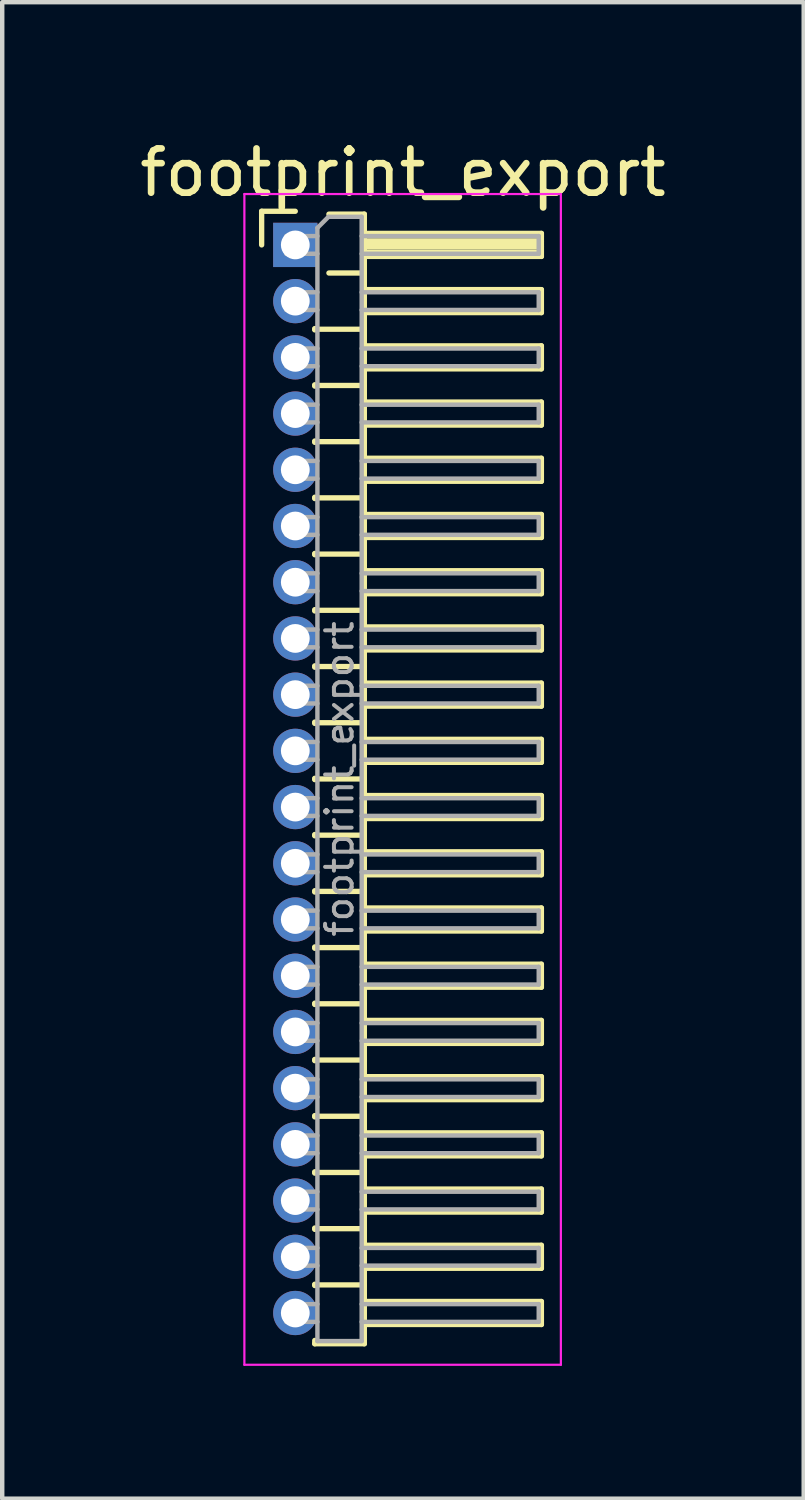
<source format=kicad_pcb>
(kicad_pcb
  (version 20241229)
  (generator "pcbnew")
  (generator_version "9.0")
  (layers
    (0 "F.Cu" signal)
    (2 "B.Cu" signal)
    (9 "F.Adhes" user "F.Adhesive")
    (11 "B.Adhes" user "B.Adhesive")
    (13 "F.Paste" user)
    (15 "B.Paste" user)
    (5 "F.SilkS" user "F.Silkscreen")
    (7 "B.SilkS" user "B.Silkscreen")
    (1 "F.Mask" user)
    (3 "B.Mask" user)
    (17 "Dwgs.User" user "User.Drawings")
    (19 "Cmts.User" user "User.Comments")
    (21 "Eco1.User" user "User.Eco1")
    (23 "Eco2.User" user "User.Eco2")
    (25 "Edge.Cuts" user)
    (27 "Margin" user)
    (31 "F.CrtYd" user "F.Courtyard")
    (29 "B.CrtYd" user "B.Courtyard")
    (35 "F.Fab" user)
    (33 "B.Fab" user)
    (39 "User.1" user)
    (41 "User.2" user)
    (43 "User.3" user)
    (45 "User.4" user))
  (footprint "footprint_export"
    (layer "F.Cu")
    (at 3.621 2.483)
    (property "Reference" "footprint_export" (at 2.433 -1.635 0) (layer "F.SilkS") (effects (font (size 1 1) (thickness 0.15))))
    (attr through_hole)
    (fp_line (start -0.76 -0.76) (end 0 -0.76) (stroke (width 0.12) (type solid)) (layer "F.SilkS"))
    (fp_line (start -0.76 0) (end -0.76 -0.76) (stroke (width 0.12) (type solid)) (layer "F.SilkS"))
    (fp_line (start 0.44 1.89) (end 0.44 1.92) (stroke (width 0.12) (type solid)) (layer "F.SilkS"))
    (fp_line (start 0.44 1.905) (end 1.56 1.905) (stroke (width 0.12) (type solid)) (layer "F.SilkS"))
    (fp_line (start 0.44 3.16) (end 0.44 3.19) (stroke (width 0.12) (type solid)) (layer "F.SilkS"))
    (fp_line (start 0.44 3.175) (end 1.56 3.175) (stroke (width 0.12) (type solid)) (layer "F.SilkS"))
    (fp_line (start 0.44 4.43) (end 0.44 4.46) (stroke (width 0.12) (type solid)) (layer "F.SilkS"))
    (fp_line (start 0.44 4.445) (end 1.56 4.445) (stroke (width 0.12) (type solid)) (layer "F.SilkS"))
    (fp_line (start 0.44 5.7) (end 0.44 5.73) (stroke (width 0.12) (type solid)) (layer "F.SilkS"))
    (fp_line (start 0.44 5.715) (end 1.56 5.715) (stroke (width 0.12) (type solid)) (layer "F.SilkS"))
    (fp_line (start 0.44 6.97) (end 0.44 7) (stroke (width 0.12) (type solid)) (layer "F.SilkS"))
    (fp_line (start 0.44 6.985) (end 1.56 6.985) (stroke (width 0.12) (type solid)) (layer "F.SilkS"))
    (fp_line (start 0.44 8.24) (end 0.44 8.27) (stroke (width 0.12) (type solid)) (layer "F.SilkS"))
    (fp_line (start 0.44 8.255) (end 1.56 8.255) (stroke (width 0.12) (type solid)) (layer "F.SilkS"))
    (fp_line (start 0.44 9.51) (end 0.44 9.54) (stroke (width 0.12) (type solid)) (layer "F.SilkS"))
    (fp_line (start 0.44 9.525) (end 1.56 9.525) (stroke (width 0.12) (type solid)) (layer "F.SilkS"))
    (fp_line (start 0.44 10.78) (end 0.44 10.81) (stroke (width 0.12) (type solid)) (layer "F.SilkS"))
    (fp_line (start 0.44 10.795) (end 1.56 10.795) (stroke (width 0.12) (type solid)) (layer "F.SilkS"))
    (fp_line (start 0.44 12.05) (end 0.44 12.08) (stroke (width 0.12) (type solid)) (layer "F.SilkS"))
    (fp_line (start 0.44 12.065) (end 1.56 12.065) (stroke (width 0.12) (type solid)) (layer "F.SilkS"))
    (fp_line (start 0.44 13.32) (end 0.44 13.35) (stroke (width 0.12) (type solid)) (layer "F.SilkS"))
    (fp_line (start 0.44 13.335) (end 1.56 13.335) (stroke (width 0.12) (type solid)) (layer "F.SilkS"))
    (fp_line (start 0.44 14.59) (end 0.44 14.62) (stroke (width 0.12) (type solid)) (layer "F.SilkS"))
    (fp_line (start 0.44 14.605) (end 1.56 14.605) (stroke (width 0.12) (type solid)) (layer "F.SilkS"))
    (fp_line (start 0.44 15.86) (end 0.44 15.89) (stroke (width 0.12) (type solid)) (layer "F.SilkS"))
    (fp_line (start 0.44 15.875) (end 1.56 15.875) (stroke (width 0.12) (type solid)) (layer "F.SilkS"))
    (fp_line (start 0.44 17.13) (end 0.44 17.16) (stroke (width 0.12) (type solid)) (layer "F.SilkS"))
    (fp_line (start 0.44 17.145) (end 1.56 17.145) (stroke (width 0.12) (type solid)) (layer "F.SilkS"))
    (fp_line (start 0.44 18.4) (end 0.44 18.43) (stroke (width 0.12) (type solid)) (layer "F.SilkS"))
    (fp_line (start 0.44 18.415) (end 1.56 18.415) (stroke (width 0.12) (type solid)) (layer "F.SilkS"))
    (fp_line (start 0.44 19.67) (end 0.44 19.7) (stroke (width 0.12) (type solid)) (layer "F.SilkS"))
    (fp_line (start 0.44 19.685) (end 1.56 19.685) (stroke (width 0.12) (type solid)) (layer "F.SilkS"))
    (fp_line (start 0.44 20.94) (end 0.44 20.97) (stroke (width 0.12) (type solid)) (layer "F.SilkS"))
    (fp_line (start 0.44 20.955) (end 1.56 20.955) (stroke (width 0.12) (type solid)) (layer "F.SilkS"))
    (fp_line (start 0.44 22.21) (end 0.44 22.24) (stroke (width 0.12) (type solid)) (layer "F.SilkS"))
    (fp_line (start 0.44 22.225) (end 1.56 22.225) (stroke (width 0.12) (type solid)) (layer "F.SilkS"))
    (fp_line (start 0.44 23.48) (end 0.44 23.51) (stroke (width 0.12) (type solid)) (layer "F.SilkS"))
    (fp_line (start 0.44 23.495) (end 1.56 23.495) (stroke (width 0.12) (type solid)) (layer "F.SilkS"))
    (fp_line (start 0.44 24.825) (end 0.44 24.75) (stroke (width 0.12) (type solid)) (layer "F.SilkS"))
    (fp_line (start 0.76 -0.695) (end 1.56 -0.695) (stroke (width 0.12) (type solid)) (layer "F.SilkS"))
    (fp_line (start 0.76 0.635) (end 1.56 0.635) (stroke (width 0.12) (type solid)) (layer "F.SilkS"))
    (fp_line (start 1.56 -0.695) (end 1.56 24.825) (stroke (width 0.12) (type solid)) (layer "F.SilkS"))
    (fp_line (start 1.56 -0.26) (end 5.56 -0.26) (stroke (width 0.12) (type solid)) (layer "F.SilkS"))
    (fp_line (start 1.56 -0.2) (end 5.56 -0.2) (stroke (width 0.12) (type solid)) (layer "F.SilkS"))
    (fp_line (start 1.56 -0.08) (end 5.56 -0.08) (stroke (width 0.12) (type solid)) (layer "F.SilkS"))
    (fp_line (start 1.56 0.04) (end 5.56 0.04) (stroke (width 0.12) (type solid)) (layer "F.SilkS"))
    (fp_line (start 1.56 0.16) (end 5.56 0.16) (stroke (width 0.12) (type solid)) (layer "F.SilkS"))
    (fp_line (start 1.56 1.01) (end 5.56 1.01) (stroke (width 0.12) (type solid)) (layer "F.SilkS"))
    (fp_line (start 1.56 2.28) (end 5.56 2.28) (stroke (width 0.12) (type solid)) (layer "F.SilkS"))
    (fp_line (start 1.56 3.55) (end 5.56 3.55) (stroke (width 0.12) (type solid)) (layer "F.SilkS"))
    (fp_line (start 1.56 4.82) (end 5.56 4.82) (stroke (width 0.12) (type solid)) (layer "F.SilkS"))
    (fp_line (start 1.56 6.09) (end 5.56 6.09) (stroke (width 0.12) (type solid)) (layer "F.SilkS"))
    (fp_line (start 1.56 7.36) (end 5.56 7.36) (stroke (width 0.12) (type solid)) (layer "F.SilkS"))
    (fp_line (start 1.56 8.63) (end 5.56 8.63) (stroke (width 0.12) (type solid)) (layer "F.SilkS"))
    (fp_line (start 1.56 9.9) (end 5.56 9.9) (stroke (width 0.12) (type solid)) (layer "F.SilkS"))
    (fp_line (start 1.56 11.17) (end 5.56 11.17) (stroke (width 0.12) (type solid)) (layer "F.SilkS"))
    (fp_line (start 1.56 12.44) (end 5.56 12.44) (stroke (width 0.12) (type solid)) (layer "F.SilkS"))
    (fp_line (start 1.56 13.71) (end 5.56 13.71) (stroke (width 0.12) (type solid)) (layer "F.SilkS"))
    (fp_line (start 1.56 14.98) (end 5.56 14.98) (stroke (width 0.12) (type solid)) (layer "F.SilkS"))
    (fp_line (start 1.56 16.25) (end 5.56 16.25) (stroke (width 0.12) (type solid)) (layer "F.SilkS"))
    (fp_line (start 1.56 17.52) (end 5.56 17.52) (stroke (width 0.12) (type solid)) (layer "F.SilkS"))
    (fp_line (start 1.56 18.79) (end 5.56 18.79) (stroke (width 0.12) (type solid)) (layer "F.SilkS"))
    (fp_line (start 1.56 20.06) (end 5.56 20.06) (stroke (width 0.12) (type solid)) (layer "F.SilkS"))
    (fp_line (start 1.56 21.33) (end 5.56 21.33) (stroke (width 0.12) (type solid)) (layer "F.SilkS"))
    (fp_line (start 1.56 22.6) (end 5.56 22.6) (stroke (width 0.12) (type solid)) (layer "F.SilkS"))
    (fp_line (start 1.56 23.87) (end 5.56 23.87) (stroke (width 0.12) (type solid)) (layer "F.SilkS"))
    (fp_line (start 1.56 24.825) (end 0.44 24.825) (stroke (width 0.12) (type solid)) (layer "F.SilkS"))
    (fp_line (start 5.56 -0.26) (end 5.56 0.26) (stroke (width 0.12) (type solid)) (layer "F.SilkS"))
    (fp_line (start 5.56 0.26) (end 1.56 0.26) (stroke (width 0.12) (type solid)) (layer "F.SilkS"))
    (fp_line (start 5.56 1.01) (end 5.56 1.53) (stroke (width 0.12) (type solid)) (layer "F.SilkS"))
    (fp_line (start 5.56 1.53) (end 1.56 1.53) (stroke (width 0.12) (type solid)) (layer "F.SilkS"))
    (fp_line (start 5.56 2.28) (end 5.56 2.8) (stroke (width 0.12) (type solid)) (layer "F.SilkS"))
    (fp_line (start 5.56 2.8) (end 1.56 2.8) (stroke (width 0.12) (type solid)) (layer "F.SilkS"))
    (fp_line (start 5.56 3.55) (end 5.56 4.07) (stroke (width 0.12) (type solid)) (layer "F.SilkS"))
    (fp_line (start 5.56 4.07) (end 1.56 4.07) (stroke (width 0.12) (type solid)) (layer "F.SilkS"))
    (fp_line (start 5.56 4.82) (end 5.56 5.34) (stroke (width 0.12) (type solid)) (layer "F.SilkS"))
    (fp_line (start 5.56 5.34) (end 1.56 5.34) (stroke (width 0.12) (type solid)) (layer "F.SilkS"))
    (fp_line (start 5.56 6.09) (end 5.56 6.61) (stroke (width 0.12) (type solid)) (layer "F.SilkS"))
    (fp_line (start 5.56 6.61) (end 1.56 6.61) (stroke (width 0.12) (type solid)) (layer "F.SilkS"))
    (fp_line (start 5.56 7.36) (end 5.56 7.88) (stroke (width 0.12) (type solid)) (layer "F.SilkS"))
    (fp_line (start 5.56 7.88) (end 1.56 7.88) (stroke (width 0.12) (type solid)) (layer "F.SilkS"))
    (fp_line (start 5.56 8.63) (end 5.56 9.15) (stroke (width 0.12) (type solid)) (layer "F.SilkS"))
    (fp_line (start 5.56 9.15) (end 1.56 9.15) (stroke (width 0.12) (type solid)) (layer "F.SilkS"))
    (fp_line (start 5.56 9.9) (end 5.56 10.42) (stroke (width 0.12) (type solid)) (layer "F.SilkS"))
    (fp_line (start 5.56 10.42) (end 1.56 10.42) (stroke (width 0.12) (type solid)) (layer "F.SilkS"))
    (fp_line (start 5.56 11.17) (end 5.56 11.69) (stroke (width 0.12) (type solid)) (layer "F.SilkS"))
    (fp_line (start 5.56 11.69) (end 1.56 11.69) (stroke (width 0.12) (type solid)) (layer "F.SilkS"))
    (fp_line (start 5.56 12.44) (end 5.56 12.96) (stroke (width 0.12) (type solid)) (layer "F.SilkS"))
    (fp_line (start 5.56 12.96) (end 1.56 12.96) (stroke (width 0.12) (type solid)) (layer "F.SilkS"))
    (fp_line (start 5.56 13.71) (end 5.56 14.23) (stroke (width 0.12) (type solid)) (layer "F.SilkS"))
    (fp_line (start 5.56 14.23) (end 1.56 14.23) (stroke (width 0.12) (type solid)) (layer "F.SilkS"))
    (fp_line (start 5.56 14.98) (end 5.56 15.5) (stroke (width 0.12) (type solid)) (layer "F.SilkS"))
    (fp_line (start 5.56 15.5) (end 1.56 15.5) (stroke (width 0.12) (type solid)) (layer "F.SilkS"))
    (fp_line (start 5.56 16.25) (end 5.56 16.77) (stroke (width 0.12) (type solid)) (layer "F.SilkS"))
    (fp_line (start 5.56 16.77) (end 1.56 16.77) (stroke (width 0.12) (type solid)) (layer "F.SilkS"))
    (fp_line (start 5.56 17.52) (end 5.56 18.04) (stroke (width 0.12) (type solid)) (layer "F.SilkS"))
    (fp_line (start 5.56 18.04) (end 1.56 18.04) (stroke (width 0.12) (type solid)) (layer "F.SilkS"))
    (fp_line (start 5.56 18.79) (end 5.56 19.31) (stroke (width 0.12) (type solid)) (layer "F.SilkS"))
    (fp_line (start 5.56 19.31) (end 1.56 19.31) (stroke (width 0.12) (type solid)) (layer "F.SilkS"))
    (fp_line (start 5.56 20.06) (end 5.56 20.58) (stroke (width 0.12) (type solid)) (layer "F.SilkS"))
    (fp_line (start 5.56 20.58) (end 1.56 20.58) (stroke (width 0.12) (type solid)) (layer "F.SilkS"))
    (fp_line (start 5.56 21.33) (end 5.56 21.85) (stroke (width 0.12) (type solid)) (layer "F.SilkS"))
    (fp_line (start 5.56 21.85) (end 1.56 21.85) (stroke (width 0.12) (type solid)) (layer "F.SilkS"))
    (fp_line (start 5.56 22.6) (end 5.56 23.12) (stroke (width 0.12) (type solid)) (layer "F.SilkS"))
    (fp_line (start 5.56 23.12) (end 1.56 23.12) (stroke (width 0.12) (type solid)) (layer "F.SilkS"))
    (fp_line (start 5.56 23.87) (end 5.56 24.39) (stroke (width 0.12) (type solid)) (layer "F.SilkS"))
    (fp_line (start 5.56 24.39) (end 1.56 24.39) (stroke (width 0.12) (type solid)) (layer "F.SilkS"))
    (fp_line (start -1.15 -1.15) (end -1.15 25.3) (stroke (width 0.05) (type solid)) (layer "F.CrtYd"))
    (fp_line (start -1.15 25.3) (end 6 25.3) (stroke (width 0.05) (type solid)) (layer "F.CrtYd"))
    (fp_line (start 6 -1.15) (end -1.15 -1.15) (stroke (width 0.05) (type solid)) (layer "F.CrtYd"))
    (fp_line (start 6 25.3) (end 6 -1.15) (stroke (width 0.05) (type solid)) (layer "F.CrtYd"))
    (fp_line (start -0.2 -0.2) (end -0.2 0.2) (stroke (width 0.1) (type solid)) (layer "F.Fab"))
    (fp_line (start -0.2 -0.2) (end 0.5 -0.2) (stroke (width 0.1) (type solid)) (layer "F.Fab"))
    (fp_line (start -0.2 0.2) (end 0.5 0.2) (stroke (width 0.1) (type solid)) (layer "F.Fab"))
    (fp_line (start -0.2 1.07) (end -0.2 1.47) (stroke (width 0.1) (type solid)) (layer "F.Fab"))
    (fp_line (start -0.2 1.07) (end 0.5 1.07) (stroke (width 0.1) (type solid)) (layer "F.Fab"))
    (fp_line (start -0.2 1.47) (end 0.5 1.47) (stroke (width 0.1) (type solid)) (layer "F.Fab"))
    (fp_line (start -0.2 2.34) (end -0.2 2.74) (stroke (width 0.1) (type solid)) (layer "F.Fab"))
    (fp_line (start -0.2 2.34) (end 0.5 2.34) (stroke (width 0.1) (type solid)) (layer "F.Fab"))
    (fp_line (start -0.2 2.74) (end 0.5 2.74) (stroke (width 0.1) (type solid)) (layer "F.Fab"))
    (fp_line (start -0.2 3.61) (end -0.2 4.01) (stroke (width 0.1) (type solid)) (layer "F.Fab"))
    (fp_line (start -0.2 3.61) (end 0.5 3.61) (stroke (width 0.1) (type solid)) (layer "F.Fab"))
    (fp_line (start -0.2 4.01) (end 0.5 4.01) (stroke (width 0.1) (type solid)) (layer "F.Fab"))
    (fp_line (start -0.2 4.88) (end -0.2 5.28) (stroke (width 0.1) (type solid)) (layer "F.Fab"))
    (fp_line (start -0.2 4.88) (end 0.5 4.88) (stroke (width 0.1) (type solid)) (layer "F.Fab"))
    (fp_line (start -0.2 5.28) (end 0.5 5.28) (stroke (width 0.1) (type solid)) (layer "F.Fab"))
    (fp_line (start -0.2 6.15) (end -0.2 6.55) (stroke (width 0.1) (type solid)) (layer "F.Fab"))
    (fp_line (start -0.2 6.15) (end 0.5 6.15) (stroke (width 0.1) (type solid)) (layer "F.Fab"))
    (fp_line (start -0.2 6.55) (end 0.5 6.55) (stroke (width 0.1) (type solid)) (layer "F.Fab"))
    (fp_line (start -0.2 7.42) (end -0.2 7.82) (stroke (width 0.1) (type solid)) (layer "F.Fab"))
    (fp_line (start -0.2 7.42) (end 0.5 7.42) (stroke (width 0.1) (type solid)) (layer "F.Fab"))
    (fp_line (start -0.2 7.82) (end 0.5 7.82) (stroke (width 0.1) (type solid)) (layer "F.Fab"))
    (fp_line (start -0.2 8.69) (end -0.2 9.09) (stroke (width 0.1) (type solid)) (layer "F.Fab"))
    (fp_line (start -0.2 8.69) (end 0.5 8.69) (stroke (width 0.1) (type solid)) (layer "F.Fab"))
    (fp_line (start -0.2 9.09) (end 0.5 9.09) (stroke (width 0.1) (type solid)) (layer "F.Fab"))
    (fp_line (start -0.2 9.96) (end -0.2 10.36) (stroke (width 0.1) (type solid)) (layer "F.Fab"))
    (fp_line (start -0.2 9.96) (end 0.5 9.96) (stroke (width 0.1) (type solid)) (layer "F.Fab"))
    (fp_line (start -0.2 10.36) (end 0.5 10.36) (stroke (width 0.1) (type solid)) (layer "F.Fab"))
    (fp_line (start -0.2 11.23) (end -0.2 11.63) (stroke (width 0.1) (type solid)) (layer "F.Fab"))
    (fp_line (start -0.2 11.23) (end 0.5 11.23) (stroke (width 0.1) (type solid)) (layer "F.Fab"))
    (fp_line (start -0.2 11.63) (end 0.5 11.63) (stroke (width 0.1) (type solid)) (layer "F.Fab"))
    (fp_line (start -0.2 12.5) (end -0.2 12.9) (stroke (width 0.1) (type solid)) (layer "F.Fab"))
    (fp_line (start -0.2 12.5) (end 0.5 12.5) (stroke (width 0.1) (type solid)) (layer "F.Fab"))
    (fp_line (start -0.2 12.9) (end 0.5 12.9) (stroke (width 0.1) (type solid)) (layer "F.Fab"))
    (fp_line (start -0.2 13.77) (end -0.2 14.17) (stroke (width 0.1) (type solid)) (layer "F.Fab"))
    (fp_line (start -0.2 13.77) (end 0.5 13.77) (stroke (width 0.1) (type solid)) (layer "F.Fab"))
    (fp_line (start -0.2 14.17) (end 0.5 14.17) (stroke (width 0.1) (type solid)) (layer "F.Fab"))
    (fp_line (start -0.2 15.04) (end -0.2 15.44) (stroke (width 0.1) (type solid)) (layer "F.Fab"))
    (fp_line (start -0.2 15.04) (end 0.5 15.04) (stroke (width 0.1) (type solid)) (layer "F.Fab"))
    (fp_line (start -0.2 15.44) (end 0.5 15.44) (stroke (width 0.1) (type solid)) (layer "F.Fab"))
    (fp_line (start -0.2 16.31) (end -0.2 16.71) (stroke (width 0.1) (type solid)) (layer "F.Fab"))
    (fp_line (start -0.2 16.31) (end 0.5 16.31) (stroke (width 0.1) (type solid)) (layer "F.Fab"))
    (fp_line (start -0.2 16.71) (end 0.5 16.71) (stroke (width 0.1) (type solid)) (layer "F.Fab"))
    (fp_line (start -0.2 17.58) (end -0.2 17.98) (stroke (width 0.1) (type solid)) (layer "F.Fab"))
    (fp_line (start -0.2 17.58) (end 0.5 17.58) (stroke (width 0.1) (type solid)) (layer "F.Fab"))
    (fp_line (start -0.2 17.98) (end 0.5 17.98) (stroke (width 0.1) (type solid)) (layer "F.Fab"))
    (fp_line (start -0.2 18.85) (end -0.2 19.25) (stroke (width 0.1) (type solid)) (layer "F.Fab"))
    (fp_line (start -0.2 18.85) (end 0.5 18.85) (stroke (width 0.1) (type solid)) (layer "F.Fab"))
    (fp_line (start -0.2 19.25) (end 0.5 19.25) (stroke (width 0.1) (type solid)) (layer "F.Fab"))
    (fp_line (start -0.2 20.12) (end -0.2 20.52) (stroke (width 0.1) (type solid)) (layer "F.Fab"))
    (fp_line (start -0.2 20.12) (end 0.5 20.12) (stroke (width 0.1) (type solid)) (layer "F.Fab"))
    (fp_line (start -0.2 20.52) (end 0.5 20.52) (stroke (width 0.1) (type solid)) (layer "F.Fab"))
    (fp_line (start -0.2 21.39) (end -0.2 21.79) (stroke (width 0.1) (type solid)) (layer "F.Fab"))
    (fp_line (start -0.2 21.39) (end 0.5 21.39) (stroke (width 0.1) (type solid)) (layer "F.Fab"))
    (fp_line (start -0.2 21.79) (end 0.5 21.79) (stroke (width 0.1) (type solid)) (layer "F.Fab"))
    (fp_line (start -0.2 22.66) (end -0.2 23.06) (stroke (width 0.1) (type solid)) (layer "F.Fab"))
    (fp_line (start -0.2 22.66) (end 0.5 22.66) (stroke (width 0.1) (type solid)) (layer "F.Fab"))
    (fp_line (start -0.2 23.06) (end 0.5 23.06) (stroke (width 0.1) (type solid)) (layer "F.Fab"))
    (fp_line (start -0.2 23.93) (end -0.2 24.33) (stroke (width 0.1) (type solid)) (layer "F.Fab"))
    (fp_line (start -0.2 23.93) (end 0.5 23.93) (stroke (width 0.1) (type solid)) (layer "F.Fab"))
    (fp_line (start -0.2 24.33) (end 0.5 24.33) (stroke (width 0.1) (type solid)) (layer "F.Fab"))
    (fp_line (start 0.5 -0.385) (end 0.75 -0.635) (stroke (width 0.1) (type solid)) (layer "F.Fab"))
    (fp_line (start 0.5 24.765) (end 0.5 -0.385) (stroke (width 0.1) (type solid)) (layer "F.Fab"))
    (fp_line (start 0.75 -0.635) (end 1.5 -0.635) (stroke (width 0.1) (type solid)) (layer "F.Fab"))
    (fp_line (start 1.5 -0.635) (end 1.5 24.765) (stroke (width 0.1) (type solid)) (layer "F.Fab"))
    (fp_line (start 1.5 -0.2) (end 5.5 -0.2) (stroke (width 0.1) (type solid)) (layer "F.Fab"))
    (fp_line (start 1.5 0.2) (end 5.5 0.2) (stroke (width 0.1) (type solid)) (layer "F.Fab"))
    (fp_line (start 1.5 1.07) (end 5.5 1.07) (stroke (width 0.1) (type solid)) (layer "F.Fab"))
    (fp_line (start 1.5 1.47) (end 5.5 1.47) (stroke (width 0.1) (type solid)) (layer "F.Fab"))
    (fp_line (start 1.5 2.34) (end 5.5 2.34) (stroke (width 0.1) (type solid)) (layer "F.Fab"))
    (fp_line (start 1.5 2.74) (end 5.5 2.74) (stroke (width 0.1) (type solid)) (layer "F.Fab"))
    (fp_line (start 1.5 3.61) (end 5.5 3.61) (stroke (width 0.1) (type solid)) (layer "F.Fab"))
    (fp_line (start 1.5 4.01) (end 5.5 4.01) (stroke (width 0.1) (type solid)) (layer "F.Fab"))
    (fp_line (start 1.5 4.88) (end 5.5 4.88) (stroke (width 0.1) (type solid)) (layer "F.Fab"))
    (fp_line (start 1.5 5.28) (end 5.5 5.28) (stroke (width 0.1) (type solid)) (layer "F.Fab"))
    (fp_line (start 1.5 6.15) (end 5.5 6.15) (stroke (width 0.1) (type solid)) (layer "F.Fab"))
    (fp_line (start 1.5 6.55) (end 5.5 6.55) (stroke (width 0.1) (type solid)) (layer "F.Fab"))
    (fp_line (start 1.5 7.42) (end 5.5 7.42) (stroke (width 0.1) (type solid)) (layer "F.Fab"))
    (fp_line (start 1.5 7.82) (end 5.5 7.82) (stroke (width 0.1) (type solid)) (layer "F.Fab"))
    (fp_line (start 1.5 8.69) (end 5.5 8.69) (stroke (width 0.1) (type solid)) (layer "F.Fab"))
    (fp_line (start 1.5 9.09) (end 5.5 9.09) (stroke (width 0.1) (type solid)) (layer "F.Fab"))
    (fp_line (start 1.5 9.96) (end 5.5 9.96) (stroke (width 0.1) (type solid)) (layer "F.Fab"))
    (fp_line (start 1.5 10.36) (end 5.5 10.36) (stroke (width 0.1) (type solid)) (layer "F.Fab"))
    (fp_line (start 1.5 11.23) (end 5.5 11.23) (stroke (width 0.1) (type solid)) (layer "F.Fab"))
    (fp_line (start 1.5 11.63) (end 5.5 11.63) (stroke (width 0.1) (type solid)) (layer "F.Fab"))
    (fp_line (start 1.5 12.5) (end 5.5 12.5) (stroke (width 0.1) (type solid)) (layer "F.Fab"))
    (fp_line (start 1.5 12.9) (end 5.5 12.9) (stroke (width 0.1) (type solid)) (layer "F.Fab"))
    (fp_line (start 1.5 13.77) (end 5.5 13.77) (stroke (width 0.1) (type solid)) (layer "F.Fab"))
    (fp_line (start 1.5 14.17) (end 5.5 14.17) (stroke (width 0.1) (type solid)) (layer "F.Fab"))
    (fp_line (start 1.5 15.04) (end 5.5 15.04) (stroke (width 0.1) (type solid)) (layer "F.Fab"))
    (fp_line (start 1.5 15.44) (end 5.5 15.44) (stroke (width 0.1) (type solid)) (layer "F.Fab"))
    (fp_line (start 1.5 16.31) (end 5.5 16.31) (stroke (width 0.1) (type solid)) (layer "F.Fab"))
    (fp_line (start 1.5 16.71) (end 5.5 16.71) (stroke (width 0.1) (type solid)) (layer "F.Fab"))
    (fp_line (start 1.5 17.58) (end 5.5 17.58) (stroke (width 0.1) (type solid)) (layer "F.Fab"))
    (fp_line (start 1.5 17.98) (end 5.5 17.98) (stroke (width 0.1) (type solid)) (layer "F.Fab"))
    (fp_line (start 1.5 18.85) (end 5.5 18.85) (stroke (width 0.1) (type solid)) (layer "F.Fab"))
    (fp_line (start 1.5 19.25) (end 5.5 19.25) (stroke (width 0.1) (type solid)) (layer "F.Fab"))
    (fp_line (start 1.5 20.12) (end 5.5 20.12) (stroke (width 0.1) (type solid)) (layer "F.Fab"))
    (fp_line (start 1.5 20.52) (end 5.5 20.52) (stroke (width 0.1) (type solid)) (layer "F.Fab"))
    (fp_line (start 1.5 21.39) (end 5.5 21.39) (stroke (width 0.1) (type solid)) (layer "F.Fab"))
    (fp_line (start 1.5 21.79) (end 5.5 21.79) (stroke (width 0.1) (type solid)) (layer "F.Fab"))
    (fp_line (start 1.5 22.66) (end 5.5 22.66) (stroke (width 0.1) (type solid)) (layer "F.Fab"))
    (fp_line (start 1.5 23.06) (end 5.5 23.06) (stroke (width 0.1) (type solid)) (layer "F.Fab"))
    (fp_line (start 1.5 23.93) (end 5.5 23.93) (stroke (width 0.1) (type solid)) (layer "F.Fab"))
    (fp_line (start 1.5 24.33) (end 5.5 24.33) (stroke (width 0.1) (type solid)) (layer "F.Fab"))
    (fp_line (start 1.5 24.765) (end 0.5 24.765) (stroke (width 0.1) (type solid)) (layer "F.Fab"))
    (fp_line (start 5.5 -0.2) (end 5.5 0.2) (stroke (width 0.1) (type solid)) (layer "F.Fab"))
    (fp_line (start 5.5 1.07) (end 5.5 1.47) (stroke (width 0.1) (type solid)) (layer "F.Fab"))
    (fp_line (start 5.5 2.34) (end 5.5 2.74) (stroke (width 0.1) (type solid)) (layer "F.Fab"))
    (fp_line (start 5.5 3.61) (end 5.5 4.01) (stroke (width 0.1) (type solid)) (layer "F.Fab"))
    (fp_line (start 5.5 4.88) (end 5.5 5.28) (stroke (width 0.1) (type solid)) (layer "F.Fab"))
    (fp_line (start 5.5 6.15) (end 5.5 6.55) (stroke (width 0.1) (type solid)) (layer "F.Fab"))
    (fp_line (start 5.5 7.42) (end 5.5 7.82) (stroke (width 0.1) (type solid)) (layer "F.Fab"))
    (fp_line (start 5.5 8.69) (end 5.5 9.09) (stroke (width 0.1) (type solid)) (layer "F.Fab"))
    (fp_line (start 5.5 9.96) (end 5.5 10.36) (stroke (width 0.1) (type solid)) (layer "F.Fab"))
    (fp_line (start 5.5 11.23) (end 5.5 11.63) (stroke (width 0.1) (type solid)) (layer "F.Fab"))
    (fp_line (start 5.5 12.5) (end 5.5 12.9) (stroke (width 0.1) (type solid)) (layer "F.Fab"))
    (fp_line (start 5.5 13.77) (end 5.5 14.17) (stroke (width 0.1) (type solid)) (layer "F.Fab"))
    (fp_line (start 5.5 15.04) (end 5.5 15.44) (stroke (width 0.1) (type solid)) (layer "F.Fab"))
    (fp_line (start 5.5 16.31) (end 5.5 16.71) (stroke (width 0.1) (type solid)) (layer "F.Fab"))
    (fp_line (start 5.5 17.58) (end 5.5 17.98) (stroke (width 0.1) (type solid)) (layer "F.Fab"))
    (fp_line (start 5.5 18.85) (end 5.5 19.25) (stroke (width 0.1) (type solid)) (layer "F.Fab"))
    (fp_line (start 5.5 20.12) (end 5.5 20.52) (stroke (width 0.1) (type solid)) (layer "F.Fab"))
    (fp_line (start 5.5 21.39) (end 5.5 21.79) (stroke (width 0.1) (type solid)) (layer "F.Fab"))
    (fp_line (start 5.5 22.66) (end 5.5 23.06) (stroke (width 0.1) (type solid)) (layer "F.Fab"))
    (fp_line (start 5.5 23.93) (end 5.5 24.33) (stroke (width 0.1) (type solid)) (layer "F.Fab"))
    (fp_text user "${REFERENCE}" (at 1 12.065 90) (layer "F.Fab") (effects (font (size 0.6 0.6) (thickness 0.09))))
    (pad "1" thru_hole rect (at 0 0) (size 1 1) (drill 0.65) (layers "*.Cu" "*.Mask"))
    (pad "2" thru_hole oval (at 0 1.27) (size 1 1) (drill 0.65) (layers "*.Cu" "*.Mask"))
    (pad "3" thru_hole oval (at 0 2.54) (size 1 1) (drill 0.65) (layers "*.Cu" "*.Mask"))
    (pad "4" thru_hole oval (at 0 3.81) (size 1 1) (drill 0.65) (layers "*.Cu" "*.Mask"))
    (pad "5" thru_hole oval (at 0 5.08) (size 1 1) (drill 0.65) (layers "*.Cu" "*.Mask"))
    (pad "6" thru_hole oval (at 0 6.35) (size 1 1) (drill 0.65) (layers "*.Cu" "*.Mask"))
    (pad "7" thru_hole oval (at 0 7.62) (size 1 1) (drill 0.65) (layers "*.Cu" "*.Mask"))
    (pad "8" thru_hole oval (at 0 8.89) (size 1 1) (drill 0.65) (layers "*.Cu" "*.Mask"))
    (pad "9" thru_hole oval (at 0 10.16) (size 1 1) (drill 0.65) (layers "*.Cu" "*.Mask"))
    (pad "10" thru_hole oval (at 0 11.43) (size 1 1) (drill 0.65) (layers "*.Cu" "*.Mask"))
    (pad "11" thru_hole oval (at 0 12.7) (size 1 1) (drill 0.65) (layers "*.Cu" "*.Mask"))
    (pad "12" thru_hole oval (at 0 13.97) (size 1 1) (drill 0.65) (layers "*.Cu" "*.Mask"))
    (pad "13" thru_hole oval (at 0 15.24) (size 1 1) (drill 0.65) (layers "*.Cu" "*.Mask"))
    (pad "14" thru_hole oval (at 0 16.51) (size 1 1) (drill 0.65) (layers "*.Cu" "*.Mask"))
    (pad "15" thru_hole oval (at 0 17.78) (size 1 1) (drill 0.65) (layers "*.Cu" "*.Mask"))
    (pad "16" thru_hole oval (at 0 19.05) (size 1 1) (drill 0.65) (layers "*.Cu" "*.Mask"))
    (pad "17" thru_hole oval (at 0 20.32) (size 1 1) (drill 0.65) (layers "*.Cu" "*.Mask"))
    (pad "18" thru_hole oval (at 0 21.59) (size 1 1) (drill 0.65) (layers "*.Cu" "*.Mask"))
    (pad "19" thru_hole oval (at 0 22.86) (size 1 1) (drill 0.65) (layers "*.Cu" "*.Mask"))
    (pad "20" thru_hole oval (at 0 24.13) (size 1 1) (drill 0.65) (layers "*.Cu" "*.Mask")))
  (gr_rect
    (start -3 -3)
    (end 15.107 30.808)
    (stroke (width 0.1) (type default))
    (fill no)
    (layer "Edge.Cuts")))
</source>
